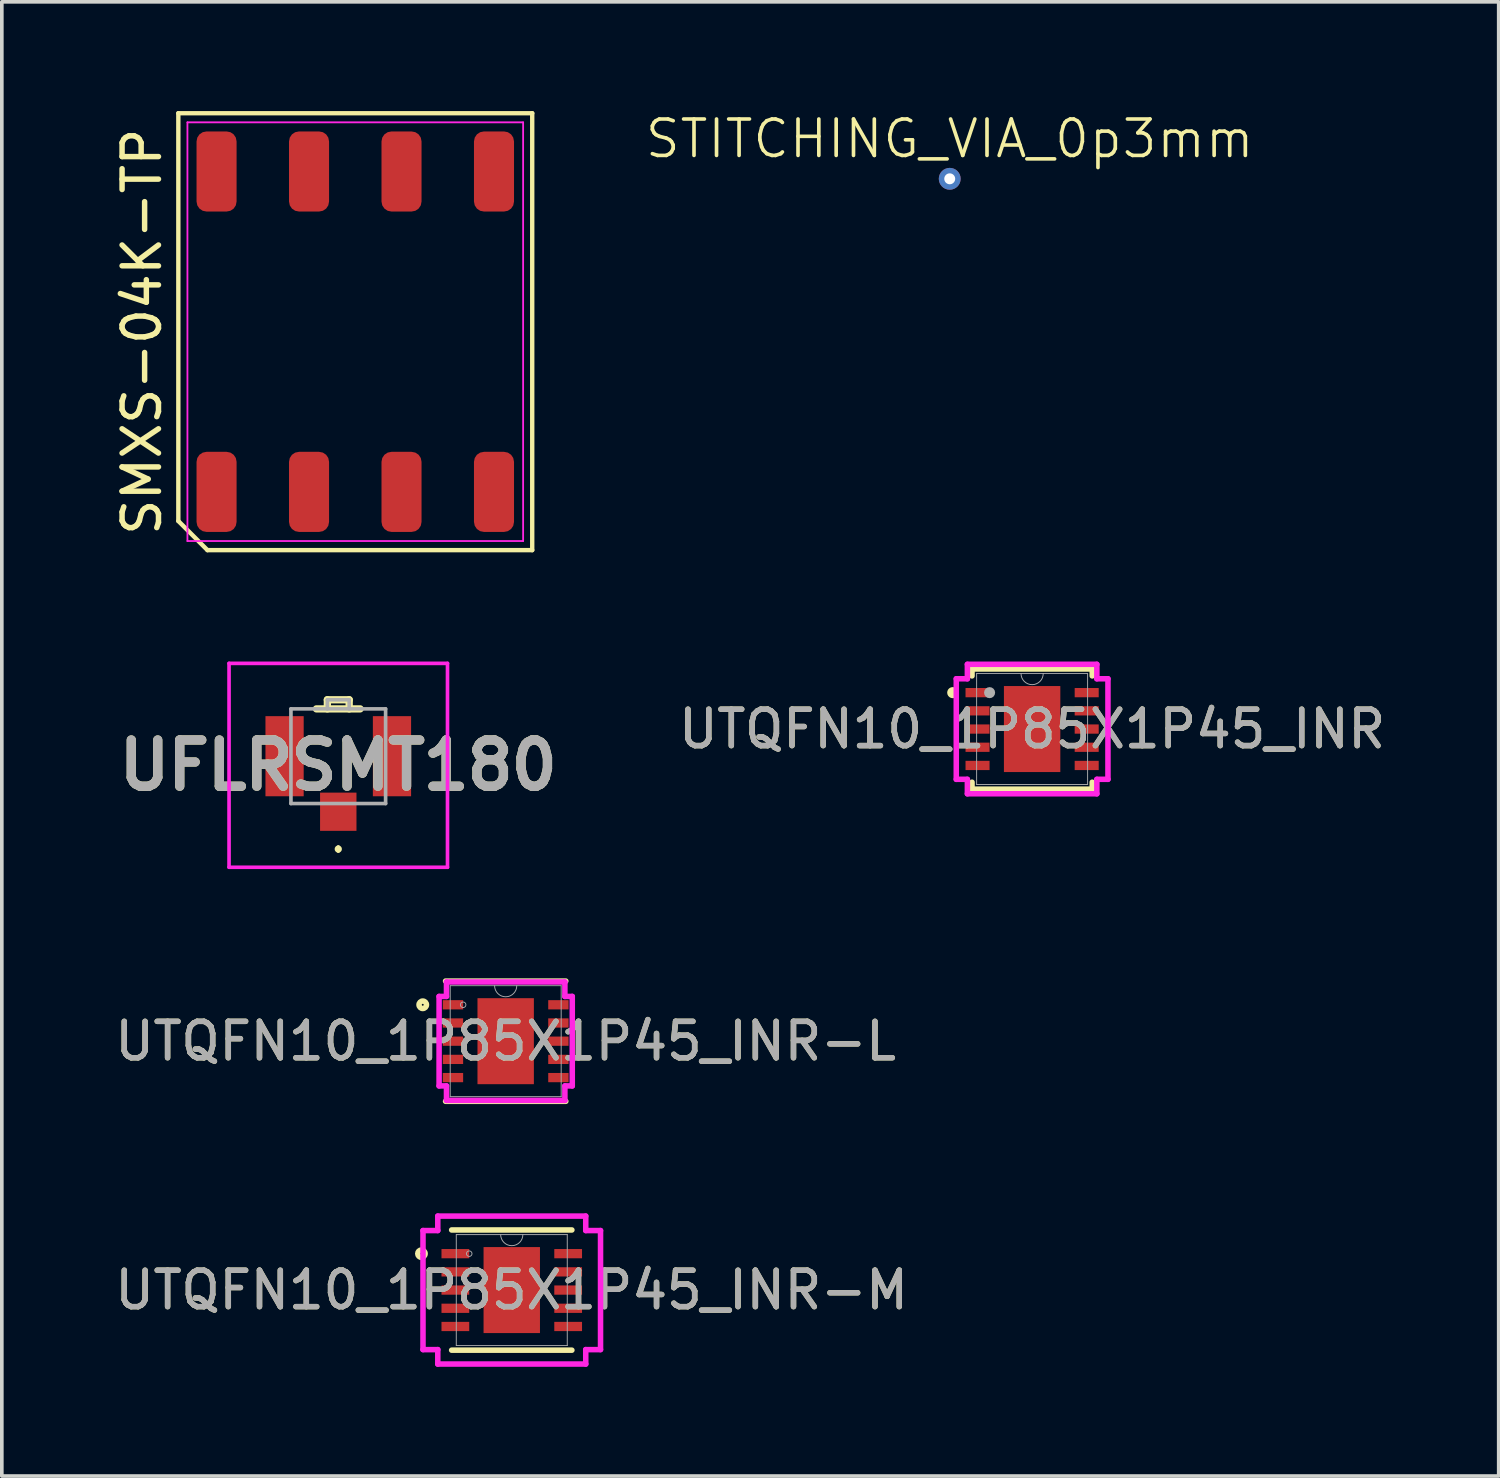
<source format=kicad_pcb>
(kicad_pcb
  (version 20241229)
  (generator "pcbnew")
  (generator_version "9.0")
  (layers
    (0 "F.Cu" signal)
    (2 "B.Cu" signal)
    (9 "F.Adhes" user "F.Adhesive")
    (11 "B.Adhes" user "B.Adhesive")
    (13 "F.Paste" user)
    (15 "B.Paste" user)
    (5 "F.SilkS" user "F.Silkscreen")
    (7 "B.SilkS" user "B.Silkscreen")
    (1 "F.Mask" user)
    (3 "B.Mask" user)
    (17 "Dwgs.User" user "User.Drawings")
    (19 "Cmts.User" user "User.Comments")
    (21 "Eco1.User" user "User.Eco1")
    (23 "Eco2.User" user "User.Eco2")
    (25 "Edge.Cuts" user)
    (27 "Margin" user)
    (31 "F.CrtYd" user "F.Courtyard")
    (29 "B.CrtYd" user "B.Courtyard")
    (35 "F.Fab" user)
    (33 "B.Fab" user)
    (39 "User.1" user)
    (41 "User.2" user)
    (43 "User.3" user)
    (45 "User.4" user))
  (footprint "UFLRSMT180"
    (layer "F.Cu")
    (at 6.241 17.72)
    (property "Reference" "UFLRSMT180" (at 0 0.25 0) (layer "F.SilkS") (effects (font (size 1.27 1.27) (thickness 0.254))))
    (attr smd)
    (fp_line (start -0.6 -1.3) (end 0.6 -1.3) (stroke (width 0.2) (type solid)) (layer "F.SilkS"))
    (fp_line (start -0.3 -1.55) (end 0.3 -1.55) (stroke (width 0.2) (type solid)) (layer "F.SilkS"))
    (fp_line (start -0.3 -1.3) (end -0.3 -1.55) (stroke (width 0.2) (type solid)) (layer "F.SilkS"))
    (fp_line (start 0 2.5) (end 0 2.5) (stroke (width 0.1) (type solid)) (layer "F.SilkS"))
    (fp_line (start 0 2.6) (end 0 2.6) (stroke (width 0.1) (type solid)) (layer "F.SilkS"))
    (fp_line (start 0.3 -1.55) (end 0.3 -1.3) (stroke (width 0.2) (type solid)) (layer "F.SilkS"))
    (fp_arc (start 0 2.5) (mid 0.05 2.55) (end 0 2.6) (stroke (width 0.1) (type solid)) (layer "F.SilkS"))
    (fp_arc (start 0 2.6) (mid -0.05 2.55) (end 0 2.5) (stroke (width 0.1) (type solid)) (layer "F.SilkS"))
    (fp_line (start -3 -2.55) (end 3 -2.55) (stroke (width 0.1) (type solid)) (layer "F.CrtYd"))
    (fp_line (start -3 3.05) (end -3 -2.55) (stroke (width 0.1) (type solid)) (layer "F.CrtYd"))
    (fp_line (start 3 -2.55) (end 3 3.05) (stroke (width 0.1) (type solid)) (layer "F.CrtYd"))
    (fp_line (start 3 3.05) (end -3 3.05) (stroke (width 0.1) (type solid)) (layer "F.CrtYd"))
    (fp_line (start -1.3 -1.3) (end 1.3 -1.3) (stroke (width 0.1) (type solid)) (layer "F.Fab"))
    (fp_line (start -1.3 1.3) (end -1.3 -1.3) (stroke (width 0.1) (type solid)) (layer "F.Fab"))
    (fp_line (start -0.3 -1.55) (end 0.3 -1.55) (stroke (width 0.1) (type solid)) (layer "F.Fab"))
    (fp_line (start -0.3 -1.3) (end -0.3 -1.55) (stroke (width 0.1) (type solid)) (layer "F.Fab"))
    (fp_line (start 0.3 -1.55) (end 0.3 -1.3) (stroke (width 0.1) (type solid)) (layer "F.Fab"))
    (fp_line (start 1.3 -1.3) (end 1.3 1.3) (stroke (width 0.1) (type solid)) (layer "F.Fab"))
    (fp_line (start 1.3 1.3) (end -1.3 1.3) (stroke (width 0.1) (type solid)) (layer "F.Fab"))
    (fp_text user "${REFERENCE}" (at 0 0.25 0) (layer "F.Fab") (effects (font (size 1.27 1.27) (thickness 0.254))))
    (pad "1" smd rect (at 0 1.525) (size 1 1.05) (layers "F.Cu" "F.Mask" "F.Paste"))
    (pad "2" smd rect (at -1.475 0) (size 1.05 2.2) (layers "F.Cu" "F.Mask" "F.Paste"))
    (pad "3" smd rect (at 1.475 0) (size 1.05 2.2) (layers "F.Cu" "F.Mask" "F.Paste")))
  (footprint "UTQFN10_1P85X1P45_INR"
    (layer "F.Cu")
    (at 25.298 16.974)
    (property "Reference" "UTQFN10_1P85X1P45_INR" (at 0 0 0) (unlocked yes) (layer "F.SilkS") (effects (font (size 1 1) (thickness 0.15))))
    (attr smd)
    (fp_line (start -1.651 -1.651) (end -1.651 -1.46) (stroke (width 0.152) (type solid)) (layer "F.SilkS"))
    (fp_line (start -1.651 1.46) (end -1.651 1.651) (stroke (width 0.152) (type solid)) (layer "F.SilkS"))
    (fp_line (start -1.651 1.651) (end 1.651 1.651) (stroke (width 0.152) (type solid)) (layer "F.SilkS"))
    (fp_line (start 1.651 -1.651) (end -1.651 -1.651) (stroke (width 0.152) (type solid)) (layer "F.SilkS"))
    (fp_line (start 1.651 -1.46) (end 1.651 -1.651) (stroke (width 0.152) (type solid)) (layer "F.SilkS"))
    (fp_line (start 1.651 1.651) (end 1.651 1.46) (stroke (width 0.152) (type solid)) (layer "F.SilkS"))
    (fp_arc (start -2.16154 -0.926171) (mid -2.2566 -1) (end -2.16154 -1.073829) (stroke (width 0.1524) (type solid)) (layer "F.SilkS"))
    (fp_line (start -2.083 -1.381) (end -1.778 -1.381) (stroke (width 0.152) (type solid)) (layer "F.CrtYd"))
    (fp_line (start -2.083 1.381) (end -2.083 -1.381) (stroke (width 0.152) (type solid)) (layer "F.CrtYd"))
    (fp_line (start -2.083 1.381) (end -1.778 1.381) (stroke (width 0.152) (type solid)) (layer "F.CrtYd"))
    (fp_line (start -1.778 -1.778) (end 1.778 -1.778) (stroke (width 0.152) (type solid)) (layer "F.CrtYd"))
    (fp_line (start -1.778 -1.381) (end -1.778 -1.778) (stroke (width 0.152) (type solid)) (layer "F.CrtYd"))
    (fp_line (start -1.778 1.778) (end -1.778 1.381) (stroke (width 0.152) (type solid)) (layer "F.CrtYd"))
    (fp_line (start 1.778 -1.778) (end 1.778 -1.381) (stroke (width 0.152) (type solid)) (layer "F.CrtYd"))
    (fp_line (start 1.778 1.381) (end 1.778 1.778) (stroke (width 0.152) (type solid)) (layer "F.CrtYd"))
    (fp_line (start 1.778 1.778) (end -1.778 1.778) (stroke (width 0.152) (type solid)) (layer "F.CrtYd"))
    (fp_line (start 2.083 -1.381) (end 1.778 -1.381) (stroke (width 0.152) (type solid)) (layer "F.CrtYd"))
    (fp_line (start 2.083 -1.381) (end 2.083 1.381) (stroke (width 0.152) (type solid)) (layer "F.CrtYd"))
    (fp_line (start 2.083 1.381) (end 1.778 1.381) (stroke (width 0.152) (type solid)) (layer "F.CrtYd"))
    (fp_line (start -1.524 -1.524) (end -1.524 1.524) (stroke (width 0.025) (type solid)) (layer "F.Fab"))
    (fp_line (start -1.524 1.524) (end 1.524 1.524) (stroke (width 0.025) (type solid)) (layer "F.Fab"))
    (fp_line (start 1.524 -1.524) (end -1.524 -1.524) (stroke (width 0.025) (type solid)) (layer "F.Fab"))
    (fp_line (start 1.524 1.524) (end 1.524 -1.524) (stroke (width 0.025) (type solid)) (layer "F.Fab"))
    (fp_arc (start 0.3048 -1.524) (mid 0 -1.2192) (end -0.3048 -1.524) (stroke (width 0.0254) (type solid)) (layer "F.Fab"))
    (fp_circle (center -1.168 -1) (end -1.168 -1) (stroke (width 0.152) (type solid)) (fill no) (layer "F.Fab"))
    (fp_text user "${REFERENCE}" (at 0 0 0) (unlocked yes) (layer "F.Fab") (effects (font (size 1 1) (thickness 0.15))))
    (pad "1" smd rect (at -1.499 -1) (size 0.66 0.254) (layers "F.Cu" "F.Mask" "F.Paste"))
    (pad "2" smd rect (at -1.499 -0.5) (size 0.66 0.254) (layers "F.Cu" "F.Mask" "F.Paste"))
    (pad "3" smd rect (at -1.499 0) (size 0.66 0.254) (layers "F.Cu" "F.Mask" "F.Paste"))
    (pad "4" smd rect (at -1.499 0.5) (size 0.66 0.254) (layers "F.Cu" "F.Mask" "F.Paste"))
    (pad "5" smd rect (at -1.499 1) (size 0.66 0.254) (layers "F.Cu" "F.Mask" "F.Paste"))
    (pad "6" smd rect (at 1.499 1) (size 0.66 0.254) (layers "F.Cu" "F.Mask" "F.Paste"))
    (pad "7" smd rect (at 1.499 0.5) (size 0.66 0.254) (layers "F.Cu" "F.Mask" "F.Paste"))
    (pad "8" smd rect (at 1.499 0) (size 0.66 0.254) (layers "F.Cu" "F.Mask" "F.Paste"))
    (pad "9" smd rect (at 1.499 -0.5) (size 0.66 0.254) (layers "F.Cu" "F.Mask" "F.Paste"))
    (pad "10" smd rect (at 1.499 -1) (size 0.66 0.254) (layers "F.Cu" "F.Mask" "F.Paste"))
    (pad "11" smd rect (at 0 0) (size 1.549 2.362) (layers "F.Cu" "F.Mask" "F.Paste")))
  (footprint "STITCHING_VIA_0p3mm"
    (layer "F.Cu")
    (at 23.035 1.861)
    (property "Reference" "STITCHING_VIA_0p3mm" (at 0 -1.1 0) (unlocked yes) (layer "F.SilkS") (effects (font (size 1 1) (thickness 0.1))))
    (attr smd)
    (pad "1" thru_hole circle (at 0 0) (size 0.6 0.6) (drill 0.3) (layers "*.Cu" "*.Mask")))
  (footprint "UTQFN10_1P85X1P45_INR-L"
    (layer "F.Cu")
    (at 10.839 25.547)
    (property "Reference" "UTQFN10_1P85X1P45_INR-L" (at 0 0 0) (unlocked yes) (layer "F.SilkS") (effects (font (size 1 1) (thickness 0.15))))
    (attr smd)
    (fp_line (start -1.651 1.651) (end 1.651 1.651) (stroke (width 0.152) (type solid)) (layer "F.SilkS"))
    (fp_line (start 1.651 -1.651) (end -1.651 -1.651) (stroke (width 0.152) (type solid)) (layer "F.SilkS"))
    (fp_circle (center -2.278 -1) (end -2.176 -1) (stroke (width 0.152) (type solid)) (fill no) (layer "F.SilkS"))
    (fp_line (start -1.829 -1.229) (end -1.626 -1.229) (stroke (width 0.152) (type solid)) (layer "F.CrtYd"))
    (fp_line (start -1.829 1.229) (end -1.829 -1.229) (stroke (width 0.152) (type solid)) (layer "F.CrtYd"))
    (fp_line (start -1.829 1.229) (end -1.626 1.229) (stroke (width 0.152) (type solid)) (layer "F.CrtYd"))
    (fp_line (start -1.626 -1.626) (end 1.626 -1.626) (stroke (width 0.152) (type solid)) (layer "F.CrtYd"))
    (fp_line (start -1.626 -1.229) (end -1.626 -1.626) (stroke (width 0.152) (type solid)) (layer "F.CrtYd"))
    (fp_line (start -1.626 1.626) (end -1.626 1.229) (stroke (width 0.152) (type solid)) (layer "F.CrtYd"))
    (fp_line (start 1.626 -1.626) (end 1.626 -1.229) (stroke (width 0.152) (type solid)) (layer "F.CrtYd"))
    (fp_line (start 1.626 1.229) (end 1.626 1.626) (stroke (width 0.152) (type solid)) (layer "F.CrtYd"))
    (fp_line (start 1.626 1.626) (end -1.626 1.626) (stroke (width 0.152) (type solid)) (layer "F.CrtYd"))
    (fp_line (start 1.829 -1.229) (end 1.626 -1.229) (stroke (width 0.152) (type solid)) (layer "F.CrtYd"))
    (fp_line (start 1.829 -1.229) (end 1.829 1.229) (stroke (width 0.152) (type solid)) (layer "F.CrtYd"))
    (fp_line (start 1.829 1.229) (end 1.626 1.229) (stroke (width 0.152) (type solid)) (layer "F.CrtYd"))
    (fp_line (start -1.524 -1.524) (end -1.524 1.524) (stroke (width 0.025) (type solid)) (layer "F.Fab"))
    (fp_line (start -1.524 1.524) (end 1.524 1.524) (stroke (width 0.025) (type solid)) (layer "F.Fab"))
    (fp_line (start 1.524 -1.524) (end -1.524 -1.524) (stroke (width 0.025) (type solid)) (layer "F.Fab"))
    (fp_line (start 1.524 1.524) (end 1.524 -1.524) (stroke (width 0.025) (type solid)) (layer "F.Fab"))
    (fp_arc (start 0.3048 -1.524) (mid 0 -1.2192) (end -0.3048 -1.524) (stroke (width 0.0254) (type solid)) (layer "F.Fab"))
    (fp_circle (center -1.168 -1) (end -1.092 -1) (stroke (width 0.025) (type solid)) (fill no) (layer "F.Fab"))
    (fp_text user "${REFERENCE}" (at 0 0 0) (unlocked yes) (layer "F.Fab") (effects (font (size 1 1) (thickness 0.15))))
    (pad "1" smd rect (at -1.448 -1) (size 0.559 0.254) (layers "F.Cu" "F.Mask" "F.Paste"))
    (pad "2" smd rect (at -1.448 -0.5) (size 0.559 0.254) (layers "F.Cu" "F.Mask" "F.Paste"))
    (pad "3" smd rect (at -1.448 0) (size 0.559 0.254) (layers "F.Cu" "F.Mask" "F.Paste"))
    (pad "4" smd rect (at -1.448 0.5) (size 0.559 0.254) (layers "F.Cu" "F.Mask" "F.Paste"))
    (pad "5" smd rect (at -1.448 1) (size 0.559 0.254) (layers "F.Cu" "F.Mask" "F.Paste"))
    (pad "6" smd rect (at 1.448 1) (size 0.559 0.254) (layers "F.Cu" "F.Mask" "F.Paste"))
    (pad "7" smd rect (at 1.448 0.5) (size 0.559 0.254) (layers "F.Cu" "F.Mask" "F.Paste"))
    (pad "8" smd rect (at 1.448 0) (size 0.559 0.254) (layers "F.Cu" "F.Mask" "F.Paste"))
    (pad "9" smd rect (at 1.448 -0.5) (size 0.559 0.254) (layers "F.Cu" "F.Mask" "F.Paste"))
    (pad "10" smd rect (at 1.448 -1) (size 0.559 0.254) (layers "F.Cu" "F.Mask" "F.Paste"))
    (pad "11" smd rect (at 0 0) (size 1.549 2.362) (layers "F.Cu" "F.Mask" "F.Paste")))
  (footprint "SMXS-04K-TP"
    (layer "F.Cu")
    (at 6.708 6.06)
    (property "Reference" "SMXS-04K-TP" (at -5.86 0 90) (layer "F.SilkS") (effects (font (size 1 1) (thickness 0.15))))
    (attr smd)
    (fp_line (start -4.86 -6) (end 4.86 -6) (stroke (width 0.12) (type default)) (layer "F.SilkS"))
    (fp_line (start -4.86 5.2) (end -4.86 -6) (stroke (width 0.12) (type default)) (layer "F.SilkS"))
    (fp_line (start -4.06 6) (end -4.86 5.2) (stroke (width 0.12) (type default)) (layer "F.SilkS"))
    (fp_line (start 4.86 -6) (end 4.86 6) (stroke (width 0.12) (type default)) (layer "F.SilkS"))
    (fp_line (start 4.86 6) (end -4.06 6) (stroke (width 0.12) (type default)) (layer "F.SilkS"))
    (fp_line (start -4.61 -5.75) (end 4.61 -5.75) (stroke (width 0.05) (type default)) (layer "F.CrtYd"))
    (fp_line (start -4.61 5.75) (end -4.61 -5.75) (stroke (width 0.05) (type default)) (layer "F.CrtYd"))
    (fp_line (start 4.61 -5.75) (end 4.61 5.75) (stroke (width 0.05) (type default)) (layer "F.CrtYd"))
    (fp_line (start 4.61 5.75) (end -4.61 5.75) (stroke (width 0.05) (type default)) (layer "F.CrtYd"))
    (pad "1" smd roundrect (at -3.81 4.4) (size 1.1 2.2) (layers "F.Cu" "F.Mask" "F.Paste") (roundrect_rratio 0.25))
    (pad "2" smd roundrect (at -1.27 4.4) (size 1.1 2.2) (layers "F.Cu" "F.Mask" "F.Paste") (roundrect_rratio 0.25))
    (pad "3" smd roundrect (at 1.27 4.4) (size 1.1 2.2) (layers "F.Cu" "F.Mask" "F.Paste") (roundrect_rratio 0.25))
    (pad "4" smd roundrect (at 3.81 4.4) (size 1.1 2.2) (layers "F.Cu" "F.Mask" "F.Paste") (roundrect_rratio 0.25))
    (pad "5" smd roundrect (at 3.81 -4.4) (size 1.1 2.2) (layers "F.Cu" "F.Mask" "F.Paste") (roundrect_rratio 0.25))
    (pad "6" smd roundrect (at 1.27 -4.4) (size 1.1 2.2) (layers "F.Cu" "F.Mask" "F.Paste") (roundrect_rratio 0.25))
    (pad "7" smd roundrect (at -1.27 -4.4) (size 1.1 2.2) (layers "F.Cu" "F.Mask" "F.Paste") (roundrect_rratio 0.25))
    (pad "8" smd roundrect (at -3.81 -4.4) (size 1.1 2.2) (layers "F.Cu" "F.Mask" "F.Paste") (roundrect_rratio 0.25)))
  (footprint "UTQFN10_1P85X1P45_INR-M"
    (layer "F.Cu")
    (at 11.006 32.383)
    (property "Reference" "UTQFN10_1P85X1P45_INR-M" (at 0 0 0) (unlocked yes) (layer "F.SilkS") (effects (font (size 1 1) (thickness 0.15))))
    (attr smd)
    (fp_line (start -1.651 1.651) (end 1.651 1.651) (stroke (width 0.152) (type solid)) (layer "F.SilkS"))
    (fp_line (start 1.651 -1.651) (end -1.651 -1.651) (stroke (width 0.152) (type solid)) (layer "F.SilkS"))
    (fp_circle (center -2.481 -1) (end -2.38 -1) (stroke (width 0.152) (type solid)) (fill no) (layer "F.SilkS"))
    (fp_line (start -2.438 -1.635) (end -2.032 -1.635) (stroke (width 0.152) (type solid)) (layer "F.CrtYd"))
    (fp_line (start -2.438 1.635) (end -2.438 -1.635) (stroke (width 0.152) (type solid)) (layer "F.CrtYd"))
    (fp_line (start -2.438 1.635) (end -2.032 1.635) (stroke (width 0.152) (type solid)) (layer "F.CrtYd"))
    (fp_line (start -2.032 -2.032) (end 2.032 -2.032) (stroke (width 0.152) (type solid)) (layer "F.CrtYd"))
    (fp_line (start -2.032 -1.635) (end -2.032 -2.032) (stroke (width 0.152) (type solid)) (layer "F.CrtYd"))
    (fp_line (start -2.032 2.032) (end -2.032 1.635) (stroke (width 0.152) (type solid)) (layer "F.CrtYd"))
    (fp_line (start 2.032 -2.032) (end 2.032 -1.635) (stroke (width 0.152) (type solid)) (layer "F.CrtYd"))
    (fp_line (start 2.032 1.635) (end 2.032 2.032) (stroke (width 0.152) (type solid)) (layer "F.CrtYd"))
    (fp_line (start 2.032 2.032) (end -2.032 2.032) (stroke (width 0.152) (type solid)) (layer "F.CrtYd"))
    (fp_line (start 2.438 -1.635) (end 2.032 -1.635) (stroke (width 0.152) (type solid)) (layer "F.CrtYd"))
    (fp_line (start 2.438 -1.635) (end 2.438 1.635) (stroke (width 0.152) (type solid)) (layer "F.CrtYd"))
    (fp_line (start 2.438 1.635) (end 2.032 1.635) (stroke (width 0.152) (type solid)) (layer "F.CrtYd"))
    (fp_line (start -1.524 -1.524) (end -1.524 1.524) (stroke (width 0.025) (type solid)) (layer "F.Fab"))
    (fp_line (start -1.524 1.524) (end 1.524 1.524) (stroke (width 0.025) (type solid)) (layer "F.Fab"))
    (fp_line (start 1.524 -1.524) (end -1.524 -1.524) (stroke (width 0.025) (type solid)) (layer "F.Fab"))
    (fp_line (start 1.524 1.524) (end 1.524 -1.524) (stroke (width 0.025) (type solid)) (layer "F.Fab"))
    (fp_arc (start 0.3048 -1.524) (mid 0 -1.2192) (end -0.3048 -1.524) (stroke (width 0.0254) (type solid)) (layer "F.Fab"))
    (fp_circle (center -1.168 -1) (end -1.092 -1) (stroke (width 0.025) (type solid)) (fill no) (layer "F.Fab"))
    (fp_text user "${REFERENCE}" (at 0 0 0) (unlocked yes) (layer "F.Fab") (effects (font (size 1 1) (thickness 0.15))))
    (pad "1" smd rect (at -1.549 -1) (size 0.762 0.254) (layers "F.Cu" "F.Mask" "F.Paste"))
    (pad "2" smd rect (at -1.549 -0.5) (size 0.762 0.254) (layers "F.Cu" "F.Mask" "F.Paste"))
    (pad "3" smd rect (at -1.549 0) (size 0.762 0.254) (layers "F.Cu" "F.Mask" "F.Paste"))
    (pad "4" smd rect (at -1.549 0.5) (size 0.762 0.254) (layers "F.Cu" "F.Mask" "F.Paste"))
    (pad "5" smd rect (at -1.549 1) (size 0.762 0.254) (layers "F.Cu" "F.Mask" "F.Paste"))
    (pad "6" smd rect (at 1.549 1) (size 0.762 0.254) (layers "F.Cu" "F.Mask" "F.Paste"))
    (pad "7" smd rect (at 1.549 0.5) (size 0.762 0.254) (layers "F.Cu" "F.Mask" "F.Paste"))
    (pad "8" smd rect (at 1.549 0) (size 0.762 0.254) (layers "F.Cu" "F.Mask" "F.Paste"))
    (pad "9" smd rect (at 1.549 -0.5) (size 0.762 0.254) (layers "F.Cu" "F.Mask" "F.Paste"))
    (pad "10" smd rect (at 1.549 -1) (size 0.762 0.254) (layers "F.Cu" "F.Mask" "F.Paste"))
    (pad "11" smd rect (at 0 0) (size 1.549 2.362) (layers "F.Cu" "F.Mask" "F.Paste")))
  (gr_rect
    (start -3 -3)
    (end 38.113 37.491)
    (stroke (width 0.1) (type default))
    (fill no)
    (layer "Edge.Cuts")))
</source>
